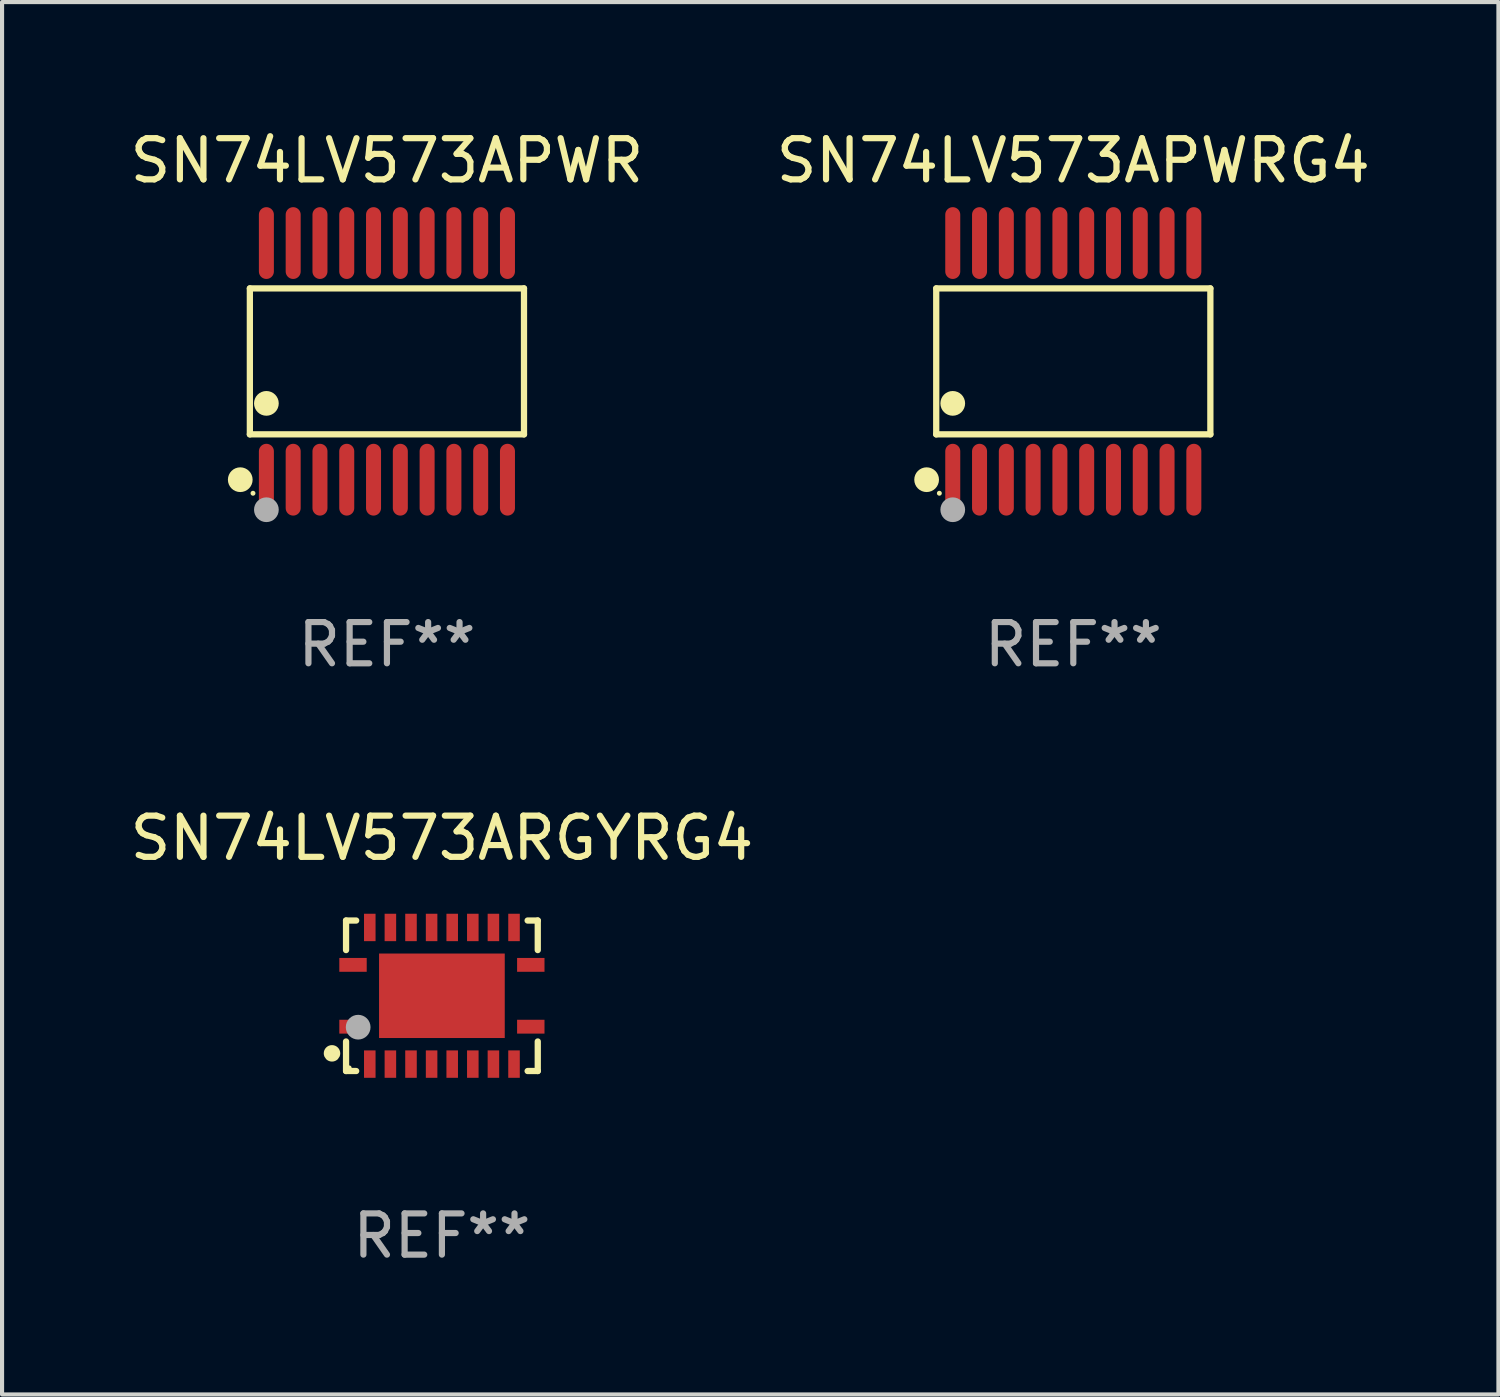
<source format=kicad_pcb>
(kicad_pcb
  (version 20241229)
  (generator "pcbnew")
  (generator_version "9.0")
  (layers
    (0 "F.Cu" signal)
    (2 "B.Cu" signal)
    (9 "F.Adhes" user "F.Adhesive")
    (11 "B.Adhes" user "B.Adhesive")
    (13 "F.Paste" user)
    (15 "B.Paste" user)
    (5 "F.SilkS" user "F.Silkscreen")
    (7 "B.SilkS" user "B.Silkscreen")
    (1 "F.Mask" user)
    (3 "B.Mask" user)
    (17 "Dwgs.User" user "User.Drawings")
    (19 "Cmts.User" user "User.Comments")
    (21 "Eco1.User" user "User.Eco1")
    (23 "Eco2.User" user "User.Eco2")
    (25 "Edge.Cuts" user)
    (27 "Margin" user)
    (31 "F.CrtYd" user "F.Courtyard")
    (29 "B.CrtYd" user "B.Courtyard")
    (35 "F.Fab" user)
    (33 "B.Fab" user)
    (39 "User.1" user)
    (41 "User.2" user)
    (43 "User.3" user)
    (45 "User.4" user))
  (footprint "SN74LV573APWR"
    (layer "F.Cu")
    (at 6.339 5.719)
    (property "Reference" "SN74LV573APWR" (at 0 -4.871 0) (layer "F.SilkS") (effects (font (size 1 1) (thickness 0.15))))
    (attr through_hole)
    (fp_line (start -3.326 -1.771) (end 3.326 -1.771) (stroke (width 0.152) (type solid)) (layer "F.SilkS"))
    (fp_line (start -3.326 1.771) (end -3.326 -1.771) (stroke (width 0.152) (type solid)) (layer "F.SilkS"))
    (fp_line (start 3.326 -1.771) (end 3.326 1.771) (stroke (width 0.152) (type solid)) (layer "F.SilkS"))
    (fp_line (start 3.326 1.771) (end -3.326 1.771) (stroke (width 0.152) (type solid)) (layer "F.SilkS"))
    (fp_circle (center -3.559 2.871) (end -3.409 2.871) (stroke (width 0.3) (type solid)) (fill no) (layer "F.SilkS"))
    (fp_circle (center -3.25 3.2) (end -3.22 3.2) (stroke (width 0.06) (type solid)) (fill no) (layer "F.SilkS"))
    (fp_circle (center -2.925 1.019) (end -2.775 1.019) (stroke (width 0.3) (type solid)) (fill no) (layer "F.SilkS"))
    (fp_circle (center -2.925 3.6) (end -2.775 3.6) (stroke (width 0.3) (type solid)) (fill no) (layer "F.Fab"))
    (fp_text user "REF**" (at 0 6.871 0) (layer "F.Fab") (effects (font (size 1 1) (thickness 0.15))))
    (pad "1" smd oval (at -2.925 2.871) (size 0.364 1.742) (layers "F.Cu" "F.Mask" "F.Paste"))
    (pad "2" smd oval (at -2.275 2.871) (size 0.364 1.742) (layers "F.Cu" "F.Mask" "F.Paste"))
    (pad "3" smd oval (at -1.625 2.871) (size 0.364 1.742) (layers "F.Cu" "F.Mask" "F.Paste"))
    (pad "4" smd oval (at -0.975 2.871) (size 0.364 1.742) (layers "F.Cu" "F.Mask" "F.Paste"))
    (pad "5" smd oval (at -0.325 2.871) (size 0.364 1.742) (layers "F.Cu" "F.Mask" "F.Paste"))
    (pad "6" smd oval (at 0.325 2.871) (size 0.364 1.742) (layers "F.Cu" "F.Mask" "F.Paste"))
    (pad "7" smd oval (at 0.975 2.871) (size 0.364 1.742) (layers "F.Cu" "F.Mask" "F.Paste"))
    (pad "8" smd oval (at 1.625 2.871) (size 0.364 1.742) (layers "F.Cu" "F.Mask" "F.Paste"))
    (pad "9" smd oval (at 2.275 2.871) (size 0.364 1.742) (layers "F.Cu" "F.Mask" "F.Paste"))
    (pad "10" smd oval (at 2.925 2.871) (size 0.364 1.742) (layers "F.Cu" "F.Mask" "F.Paste"))
    (pad "11" smd oval (at 2.925 -2.871) (size 0.364 1.742) (layers "F.Cu" "F.Mask" "F.Paste"))
    (pad "12" smd oval (at 2.275 -2.871) (size 0.364 1.742) (layers "F.Cu" "F.Mask" "F.Paste"))
    (pad "13" smd oval (at 1.625 -2.871) (size 0.364 1.742) (layers "F.Cu" "F.Mask" "F.Paste"))
    (pad "14" smd oval (at 0.975 -2.871) (size 0.364 1.742) (layers "F.Cu" "F.Mask" "F.Paste"))
    (pad "15" smd oval (at 0.325 -2.871) (size 0.364 1.742) (layers "F.Cu" "F.Mask" "F.Paste"))
    (pad "16" smd oval (at -0.325 -2.871) (size 0.364 1.742) (layers "F.Cu" "F.Mask" "F.Paste"))
    (pad "17" smd oval (at -0.975 -2.871) (size 0.364 1.742) (layers "F.Cu" "F.Mask" "F.Paste"))
    (pad "18" smd oval (at -1.625 -2.871) (size 0.364 1.742) (layers "F.Cu" "F.Mask" "F.Paste"))
    (pad "19" smd oval (at -2.275 -2.871) (size 0.364 1.742) (layers "F.Cu" "F.Mask" "F.Paste"))
    (pad "20" smd oval (at -2.925 -2.871) (size 0.364 1.742) (layers "F.Cu" "F.Mask" "F.Paste")))
  (footprint "SN74LV573ARGYRG4"
    (layer "F.Cu")
    (at 7.673 21.113)
    (property "Reference" "SN74LV573ARGYRG4" (at 0 -3.826 0) (layer "F.SilkS") (effects (font (size 1 1) (thickness 0.15))))
    (attr through_hole)
    (fp_line (start -2.326 -1.826) (end -2.08 -1.826) (stroke (width 0.152) (type solid)) (layer "F.SilkS"))
    (fp_line (start -2.326 -1.109) (end -2.326 -1.826) (stroke (width 0.152) (type solid)) (layer "F.SilkS"))
    (fp_line (start -2.326 1.109) (end -2.326 1.826) (stroke (width 0.152) (type solid)) (layer "F.SilkS"))
    (fp_line (start -2.326 1.826) (end -2.08 1.826) (stroke (width 0.152) (type solid)) (layer "F.SilkS"))
    (fp_line (start 2.326 -1.826) (end 2.08 -1.826) (stroke (width 0.152) (type solid)) (layer "F.SilkS"))
    (fp_line (start 2.326 -1.109) (end 2.326 -1.826) (stroke (width 0.152) (type solid)) (layer "F.SilkS"))
    (fp_line (start 2.326 1.109) (end 2.326 1.826) (stroke (width 0.152) (type solid)) (layer "F.SilkS"))
    (fp_line (start 2.326 1.826) (end 2.08 1.826) (stroke (width 0.152) (type solid)) (layer "F.SilkS"))
    (fp_circle (center -2.667 1.397) (end -2.567 1.397) (stroke (width 0.2) (type solid)) (fill no) (layer "F.SilkS"))
    (fp_circle (center -2.25 1.75) (end -2.22 1.75) (stroke (width 0.06) (type solid)) (fill no) (layer "F.SilkS"))
    (fp_circle (center -2.032 0.762) (end -1.882 0.762) (stroke (width 0.3) (type solid)) (fill no) (layer "F.Fab"))
    (fp_text user "REF**" (at 0 5.826 0) (layer "F.Fab") (effects (font (size 1 1) (thickness 0.15))))
    (pad "1" smd rect (at -2.157 0.75) (size 0.665 0.336) (layers "F.Cu" "F.Mask" "F.Paste"))
    (pad "2" smd rect (at -1.75 1.658) (size 0.28 0.665) (layers "F.Cu" "F.Mask" "F.Paste"))
    (pad "3" smd rect (at -1.25 1.658) (size 0.28 0.665) (layers "F.Cu" "F.Mask" "F.Paste"))
    (pad "4" smd rect (at -0.75 1.658) (size 0.28 0.665) (layers "F.Cu" "F.Mask" "F.Paste"))
    (pad "5" smd rect (at -0.25 1.658) (size 0.28 0.665) (layers "F.Cu" "F.Mask" "F.Paste"))
    (pad "6" smd rect (at 0.25 1.658) (size 0.28 0.665) (layers "F.Cu" "F.Mask" "F.Paste"))
    (pad "7" smd rect (at 0.75 1.658) (size 0.28 0.665) (layers "F.Cu" "F.Mask" "F.Paste"))
    (pad "8" smd rect (at 1.25 1.658) (size 0.28 0.665) (layers "F.Cu" "F.Mask" "F.Paste"))
    (pad "9" smd rect (at 1.75 1.658) (size 0.28 0.665) (layers "F.Cu" "F.Mask" "F.Paste"))
    (pad "10" smd rect (at 2.157 0.75) (size 0.665 0.336) (layers "F.Cu" "F.Mask" "F.Paste"))
    (pad "11" smd rect (at 2.157 -0.75) (size 0.665 0.336) (layers "F.Cu" "F.Mask" "F.Paste"))
    (pad "12" smd rect (at 1.75 -1.658) (size 0.28 0.665) (layers "F.Cu" "F.Mask" "F.Paste"))
    (pad "13" smd rect (at 1.25 -1.658) (size 0.28 0.665) (layers "F.Cu" "F.Mask" "F.Paste"))
    (pad "14" smd rect (at 0.75 -1.658) (size 0.28 0.665) (layers "F.Cu" "F.Mask" "F.Paste"))
    (pad "15" smd rect (at 0.25 -1.658) (size 0.28 0.665) (layers "F.Cu" "F.Mask" "F.Paste"))
    (pad "16" smd rect (at -0.25 -1.658) (size 0.28 0.665) (layers "F.Cu" "F.Mask" "F.Paste"))
    (pad "17" smd rect (at -0.75 -1.658) (size 0.28 0.665) (layers "F.Cu" "F.Mask" "F.Paste"))
    (pad "18" smd rect (at -1.25 -1.658) (size 0.28 0.665) (layers "F.Cu" "F.Mask" "F.Paste"))
    (pad "19" smd rect (at -1.75 -1.658) (size 0.28 0.665) (layers "F.Cu" "F.Mask" "F.Paste"))
    (pad "20" smd rect (at -2.157 -0.75) (size 0.665 0.336) (layers "F.Cu" "F.Mask" "F.Paste"))
    (pad "21" smd rect (at 0 0) (size 3.05 2.05) (layers "F.Cu" "F.Mask" "F.Paste")))
  (footprint "SN74LV573APWRG4"
    (layer "F.Cu")
    (at 22.994 5.719)
    (property "Reference" "SN74LV573APWRG4" (at 0 -4.871 0) (layer "F.SilkS") (effects (font (size 1 1) (thickness 0.15))))
    (attr through_hole)
    (fp_line (start -3.326 -1.771) (end 3.326 -1.771) (stroke (width 0.152) (type solid)) (layer "F.SilkS"))
    (fp_line (start -3.326 1.771) (end -3.326 -1.771) (stroke (width 0.152) (type solid)) (layer "F.SilkS"))
    (fp_line (start 3.326 -1.771) (end 3.326 1.771) (stroke (width 0.152) (type solid)) (layer "F.SilkS"))
    (fp_line (start 3.326 1.771) (end -3.326 1.771) (stroke (width 0.152) (type solid)) (layer "F.SilkS"))
    (fp_circle (center -3.559 2.871) (end -3.409 2.871) (stroke (width 0.3) (type solid)) (fill no) (layer "F.SilkS"))
    (fp_circle (center -3.25 3.2) (end -3.22 3.2) (stroke (width 0.06) (type solid)) (fill no) (layer "F.SilkS"))
    (fp_circle (center -2.925 1.019) (end -2.775 1.019) (stroke (width 0.3) (type solid)) (fill no) (layer "F.SilkS"))
    (fp_circle (center -2.925 3.6) (end -2.775 3.6) (stroke (width 0.3) (type solid)) (fill no) (layer "F.Fab"))
    (fp_text user "REF**" (at 0 6.871 0) (layer "F.Fab") (effects (font (size 1 1) (thickness 0.15))))
    (pad "1" smd oval (at -2.925 2.871) (size 0.364 1.742) (layers "F.Cu" "F.Mask" "F.Paste"))
    (pad "2" smd oval (at -2.275 2.871) (size 0.364 1.742) (layers "F.Cu" "F.Mask" "F.Paste"))
    (pad "3" smd oval (at -1.625 2.871) (size 0.364 1.742) (layers "F.Cu" "F.Mask" "F.Paste"))
    (pad "4" smd oval (at -0.975 2.871) (size 0.364 1.742) (layers "F.Cu" "F.Mask" "F.Paste"))
    (pad "5" smd oval (at -0.325 2.871) (size 0.364 1.742) (layers "F.Cu" "F.Mask" "F.Paste"))
    (pad "6" smd oval (at 0.325 2.871) (size 0.364 1.742) (layers "F.Cu" "F.Mask" "F.Paste"))
    (pad "7" smd oval (at 0.975 2.871) (size 0.364 1.742) (layers "F.Cu" "F.Mask" "F.Paste"))
    (pad "8" smd oval (at 1.625 2.871) (size 0.364 1.742) (layers "F.Cu" "F.Mask" "F.Paste"))
    (pad "9" smd oval (at 2.275 2.871) (size 0.364 1.742) (layers "F.Cu" "F.Mask" "F.Paste"))
    (pad "10" smd oval (at 2.925 2.871) (size 0.364 1.742) (layers "F.Cu" "F.Mask" "F.Paste"))
    (pad "11" smd oval (at 2.925 -2.871) (size 0.364 1.742) (layers "F.Cu" "F.Mask" "F.Paste"))
    (pad "12" smd oval (at 2.275 -2.871) (size 0.364 1.742) (layers "F.Cu" "F.Mask" "F.Paste"))
    (pad "13" smd oval (at 1.625 -2.871) (size 0.364 1.742) (layers "F.Cu" "F.Mask" "F.Paste"))
    (pad "14" smd oval (at 0.975 -2.871) (size 0.364 1.742) (layers "F.Cu" "F.Mask" "F.Paste"))
    (pad "15" smd oval (at 0.325 -2.871) (size 0.364 1.742) (layers "F.Cu" "F.Mask" "F.Paste"))
    (pad "16" smd oval (at -0.325 -2.871) (size 0.364 1.742) (layers "F.Cu" "F.Mask" "F.Paste"))
    (pad "17" smd oval (at -0.975 -2.871) (size 0.364 1.742) (layers "F.Cu" "F.Mask" "F.Paste"))
    (pad "18" smd oval (at -1.625 -2.871) (size 0.364 1.742) (layers "F.Cu" "F.Mask" "F.Paste"))
    (pad "19" smd oval (at -2.275 -2.871) (size 0.364 1.742) (layers "F.Cu" "F.Mask" "F.Paste"))
    (pad "20" smd oval (at -2.925 -2.871) (size 0.364 1.742) (layers "F.Cu" "F.Mask" "F.Paste")))
  (gr_rect
    (start -3 -3)
    (end 33.31 30.787)
    (stroke (width 0.1) (type default))
    (fill no)
    (layer "Edge.Cuts")))
</source>
